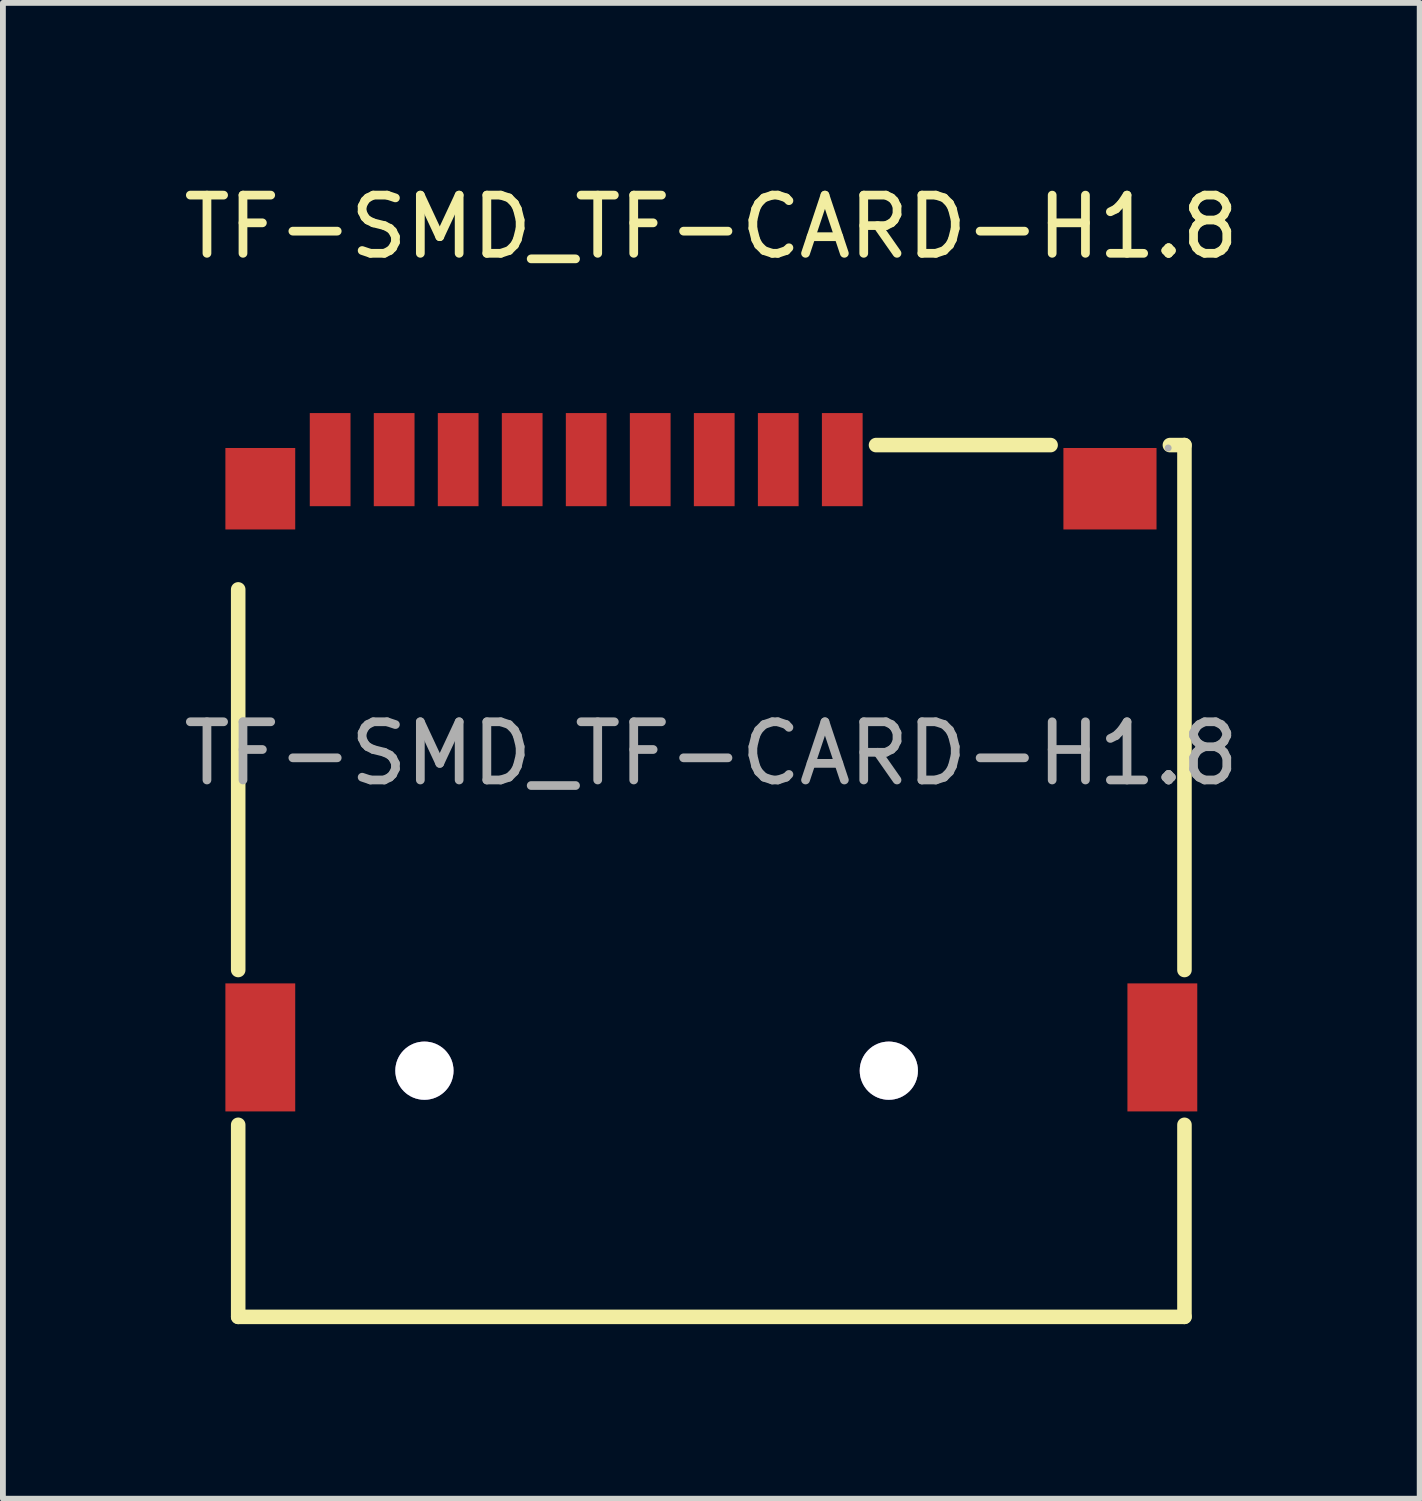
<source format=kicad_pcb>
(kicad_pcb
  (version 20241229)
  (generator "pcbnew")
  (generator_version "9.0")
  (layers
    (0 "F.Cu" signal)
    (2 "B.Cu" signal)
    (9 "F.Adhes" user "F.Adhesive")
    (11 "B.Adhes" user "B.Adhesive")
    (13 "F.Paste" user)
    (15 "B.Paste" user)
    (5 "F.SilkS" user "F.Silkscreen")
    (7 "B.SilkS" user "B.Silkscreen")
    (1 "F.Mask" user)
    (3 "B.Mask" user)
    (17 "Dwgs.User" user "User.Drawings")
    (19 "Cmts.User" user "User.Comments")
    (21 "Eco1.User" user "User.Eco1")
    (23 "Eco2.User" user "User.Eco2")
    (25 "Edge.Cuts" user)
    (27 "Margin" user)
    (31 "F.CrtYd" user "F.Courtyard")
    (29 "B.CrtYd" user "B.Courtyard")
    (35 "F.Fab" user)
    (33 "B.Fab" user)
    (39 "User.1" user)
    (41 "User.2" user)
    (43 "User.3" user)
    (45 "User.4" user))
  (footprint "TF-SMD_TF-CARD-H1.8"
    (layer "F.Cu")
    (at 9.173 9.898)
    (property "Reference" "TF-SMD_TF-CARD-H1.8" (at 0 -9.05 0) (layer "F.SilkS") (effects (font (size 1 1) (thickness 0.15))))
    (attr smd)
    (fp_line (start -8.13 -2.82) (end -8.13 3.72) (stroke (width 0.25) (type solid)) (layer "F.SilkS"))
    (fp_line (start -8.13 6.38) (end -8.13 9.68) (stroke (width 0.25) (type solid)) (layer "F.SilkS"))
    (fp_line (start -8.13 9.68) (end 8.13 9.68) (stroke (width 0.25) (type solid)) (layer "F.SilkS"))
    (fp_line (start 5.83 -5.3) (end 2.83 -5.3) (stroke (width 0.25) (type solid)) (layer "F.SilkS"))
    (fp_line (start 8.13 -5.3) (end 7.88 -5.3) (stroke (width 0.25) (type solid)) (layer "F.SilkS"))
    (fp_line (start 8.13 3.72) (end 8.13 -5.3) (stroke (width 0.25) (type solid)) (layer "F.SilkS"))
    (fp_line (start 8.13 9.68) (end 8.13 6.38) (stroke (width 0.25) (type solid)) (layer "F.SilkS"))
    (fp_circle (center -4.93 5.45) (end -4.73 5.45) (stroke (width 0.4) (type solid)) (fill no) (layer "Cmts.User"))
    (fp_circle (center 3.05 5.45) (end 3.25 5.45) (stroke (width 0.4) (type solid)) (fill no) (layer "Cmts.User"))
    (fp_circle (center 7.85 -5.25) (end 7.88 -5.25) (stroke (width 0.06) (type solid)) (fill no) (layer "F.Fab"))
    (fp_text user "${REFERENCE}" (at 0 0 0) (layer "F.Fab") (effects (font (size 1 1) (thickness 0.15))))
    (pad "" thru_hole circle (at -4.93 5.45) (size 1 1) (drill 1) (layers "*.Cu" "*.Mask"))
    (pad "" thru_hole circle (at 3.05 5.45) (size 1 1) (drill 1) (layers "*.Cu" "*.Mask"))
    (pad "1" smd rect (at 2.25 -5.05) (size 0.7 1.6) (layers "F.Cu" "F.Mask" "F.Paste"))
    (pad "2" smd rect (at 1.15 -5.05) (size 0.7 1.6) (layers "F.Cu" "F.Mask" "F.Paste"))
    (pad "3" smd rect (at 0.05 -5.05) (size 0.7 1.6) (layers "F.Cu" "F.Mask" "F.Paste"))
    (pad "4" smd rect (at -1.05 -5.05) (size 0.7 1.6) (layers "F.Cu" "F.Mask" "F.Paste"))
    (pad "5" smd rect (at -2.15 -5.05) (size 0.7 1.6) (layers "F.Cu" "F.Mask" "F.Paste"))
    (pad "6" smd rect (at -3.25 -5.05) (size 0.7 1.6) (layers "F.Cu" "F.Mask" "F.Paste"))
    (pad "7" smd rect (at -4.35 -5.05) (size 0.7 1.6) (layers "F.Cu" "F.Mask" "F.Paste"))
    (pad "8" smd rect (at -5.45 -5.05) (size 0.7 1.6) (layers "F.Cu" "F.Mask" "F.Paste"))
    (pad "9" smd rect (at -6.55 -5.05) (size 0.7 1.6) (layers "F.Cu" "F.Mask" "F.Paste"))
    (pad "10" smd rect (at -7.75 -4.55) (size 1.2 1.4) (layers "F.Cu" "F.Mask" "F.Paste"))
    (pad "10" smd rect (at -7.75 5.05) (size 1.2 2.2) (layers "F.Cu" "F.Mask" "F.Paste"))
    (pad "10" smd rect (at 6.85 -4.55) (size 1.6 1.4) (layers "F.Cu" "F.Mask" "F.Paste"))
    (pad "10" smd rect (at 7.75 5.05) (size 1.2 2.2) (layers "F.Cu" "F.Mask" "F.Paste")))
  (gr_rect
    (start -3 -3)
    (end 21.345 22.703)
    (stroke (width 0.1) (type default))
    (fill no)
    (layer "Edge.Cuts")))
</source>
